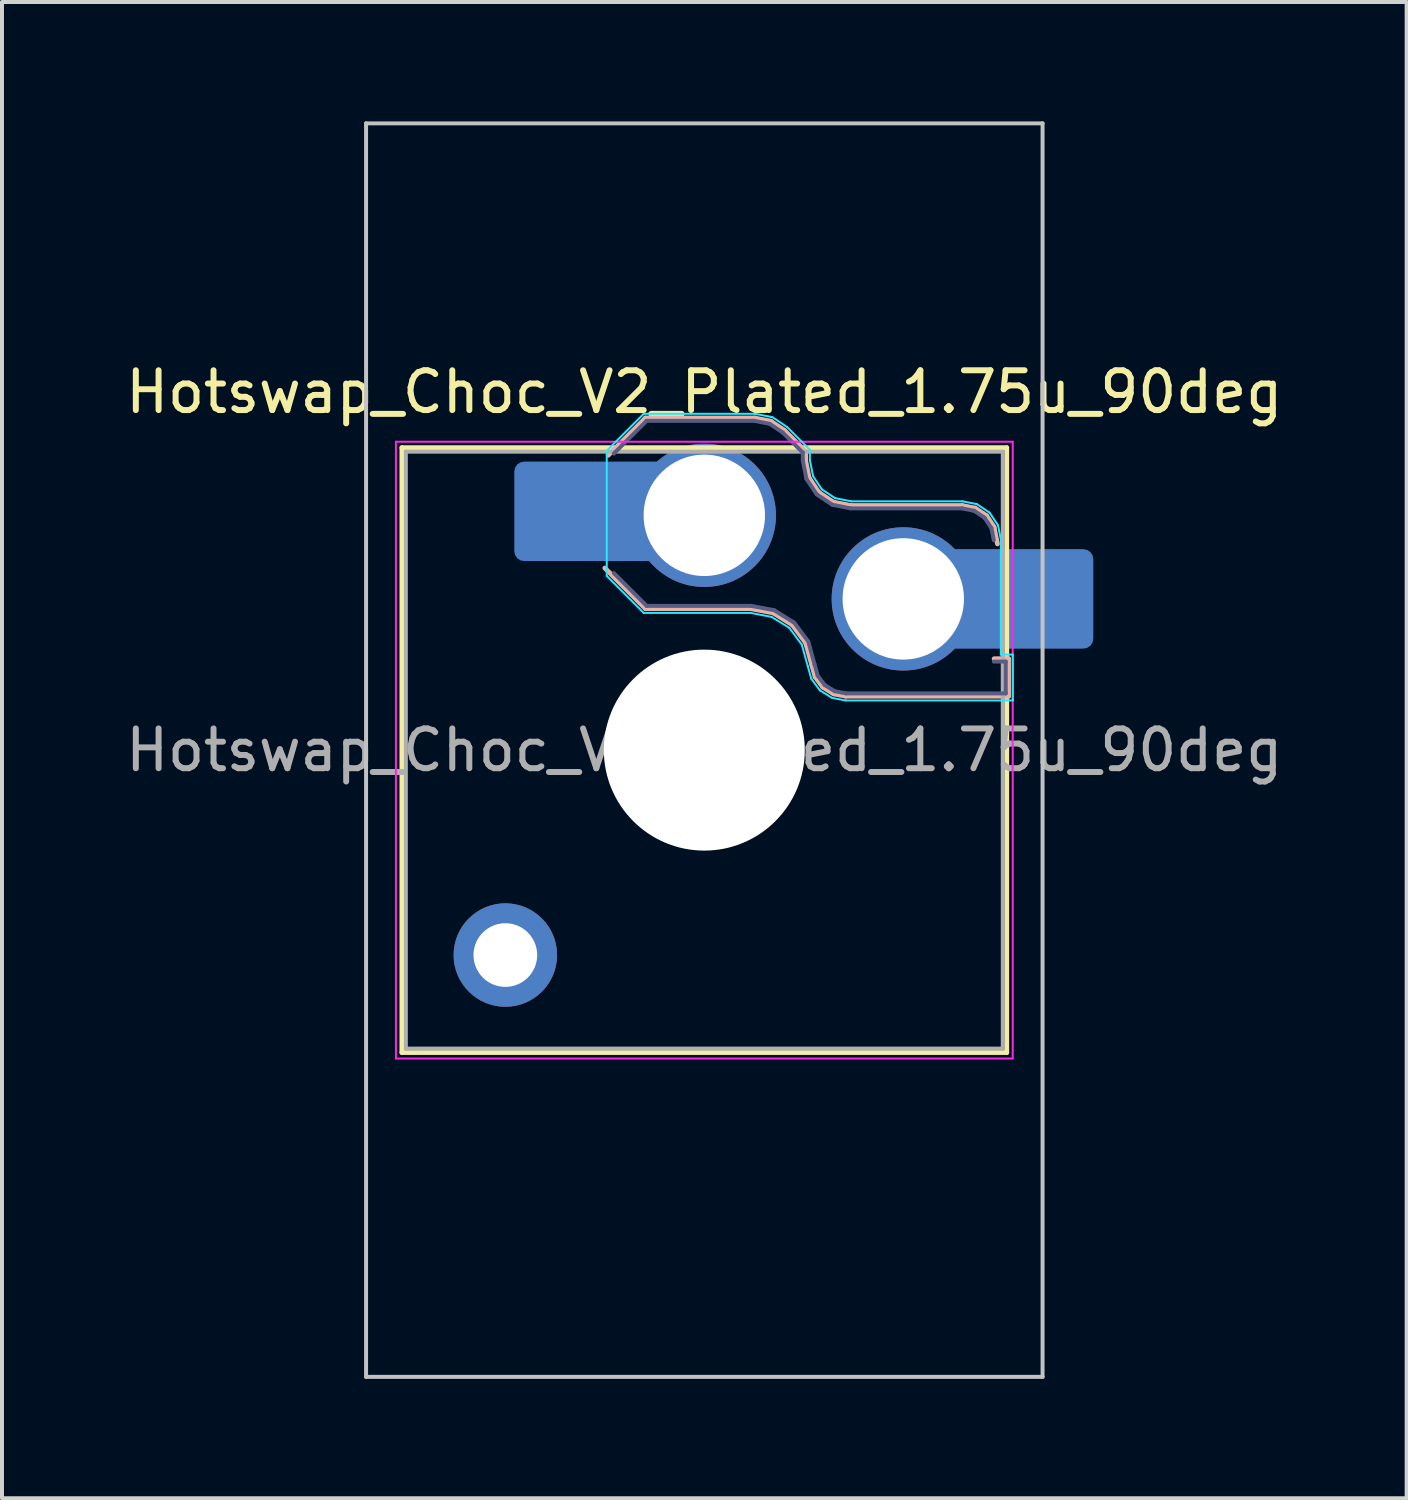
<source format=kicad_pcb>
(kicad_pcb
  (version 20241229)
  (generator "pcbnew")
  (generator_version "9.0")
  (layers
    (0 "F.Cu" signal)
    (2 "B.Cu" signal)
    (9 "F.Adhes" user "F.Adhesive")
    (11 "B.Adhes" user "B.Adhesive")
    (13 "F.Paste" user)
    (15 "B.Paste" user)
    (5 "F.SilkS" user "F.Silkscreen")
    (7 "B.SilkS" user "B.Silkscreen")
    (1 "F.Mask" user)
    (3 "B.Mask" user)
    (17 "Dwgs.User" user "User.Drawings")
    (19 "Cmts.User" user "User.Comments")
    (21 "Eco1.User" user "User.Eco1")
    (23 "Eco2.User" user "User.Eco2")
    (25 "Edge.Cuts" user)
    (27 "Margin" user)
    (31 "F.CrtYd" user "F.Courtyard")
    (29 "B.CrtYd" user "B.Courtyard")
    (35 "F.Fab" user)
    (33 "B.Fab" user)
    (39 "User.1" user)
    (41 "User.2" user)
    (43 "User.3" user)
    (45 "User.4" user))
  (footprint "Hotswap_Choc_V2_Plated_1.75u_90deg"
    (layer "F.Cu")
    (at 14.649 15.8)
    (property "Reference" "Hotswap_Choc_V2_Plated_1.75u_90deg" (at 0 -9 0) (layer "F.SilkS") (effects (font (size 1 1) (thickness 0.15))))
    (attr smd allow_soldermask_bridges)
    (fp_line (start -7.6 -7.6) (end -7.6 7.6) (stroke (width 0.12) (type solid)) (layer "F.SilkS"))
    (fp_line (start -7.6 7.6) (end 7.6 7.6) (stroke (width 0.12) (type solid)) (layer "F.SilkS"))
    (fp_line (start 7.6 -7.6) (end -7.6 -7.6) (stroke (width 0.12) (type solid)) (layer "F.SilkS"))
    (fp_line (start 7.6 7.6) (end 7.6 -7.6) (stroke (width 0.12) (type solid)) (layer "F.SilkS"))
    (fp_line (start -2.416 -7.409) (end -1.479 -8.346) (stroke (width 0.12) (type solid)) (layer "B.SilkS"))
    (fp_line (start -1.479 -8.346) (end 1.268 -8.346) (stroke (width 0.12) (type solid)) (layer "B.SilkS"))
    (fp_line (start -1.479 -3.554) (end -2.5 -4.575) (stroke (width 0.12) (type solid)) (layer "B.SilkS"))
    (fp_line (start 1.168 -3.554) (end -1.479 -3.554) (stroke (width 0.12) (type solid)) (layer "B.SilkS"))
    (fp_line (start 1.268 -8.346) (end 1.671 -8.266) (stroke (width 0.12) (type solid)) (layer "B.SilkS"))
    (fp_line (start 1.671 -8.266) (end 2.013 -8.037) (stroke (width 0.12) (type solid)) (layer "B.SilkS"))
    (fp_line (start 1.73 -3.449) (end 1.168 -3.554) (stroke (width 0.12) (type solid)) (layer "B.SilkS"))
    (fp_line (start 2.013 -8.037) (end 2.546 -7.504) (stroke (width 0.12) (type solid)) (layer "B.SilkS"))
    (fp_line (start 2.209 -3.15) (end 1.73 -3.449) (stroke (width 0.12) (type solid)) (layer "B.SilkS"))
    (fp_line (start 2.546 -7.504) (end 2.546 -7.282) (stroke (width 0.12) (type solid)) (layer "B.SilkS"))
    (fp_line (start 2.546 -7.282) (end 2.633 -6.844) (stroke (width 0.12) (type solid)) (layer "B.SilkS"))
    (fp_line (start 2.547 -2.697) (end 2.209 -3.15) (stroke (width 0.12) (type solid)) (layer "B.SilkS"))
    (fp_line (start 2.633 -6.844) (end 2.877 -6.477) (stroke (width 0.12) (type solid)) (layer "B.SilkS"))
    (fp_line (start 2.701 -2.139) (end 2.547 -2.697) (stroke (width 0.12) (type solid)) (layer "B.SilkS"))
    (fp_line (start 2.783 -1.841) (end 2.701 -2.139) (stroke (width 0.12) (type solid)) (layer "B.SilkS"))
    (fp_line (start 2.877 -6.477) (end 3.244 -6.233) (stroke (width 0.12) (type solid)) (layer "B.SilkS"))
    (fp_line (start 2.976 -1.583) (end 2.783 -1.841) (stroke (width 0.12) (type solid)) (layer "B.SilkS"))
    (fp_line (start 3.244 -6.233) (end 3.682 -6.146) (stroke (width 0.12) (type solid)) (layer "B.SilkS"))
    (fp_line (start 3.25 -1.413) (end 2.976 -1.583) (stroke (width 0.12) (type solid)) (layer "B.SilkS"))
    (fp_line (start 3.56 -1.354) (end 3.25 -1.413) (stroke (width 0.12) (type solid)) (layer "B.SilkS"))
    (fp_line (start 3.682 -6.146) (end 6.482 -6.146) (stroke (width 0.12) (type solid)) (layer "B.SilkS"))
    (fp_line (start 6.482 -6.146) (end 6.809 -6.081) (stroke (width 0.12) (type solid)) (layer "B.SilkS"))
    (fp_line (start 6.809 -6.081) (end 7.092 -5.892) (stroke (width 0.12) (type solid)) (layer "B.SilkS"))
    (fp_line (start 7.092 -5.892) (end 7.281 -5.609) (stroke (width 0.12) (type solid)) (layer "B.SilkS"))
    (fp_line (start 7.281 -5.609) (end 7.366 -5.182) (stroke (width 0.12) (type solid)) (layer "B.SilkS"))
    (fp_line (start 7.283 -2.296) (end 7.646 -2.296) (stroke (width 0.12) (type solid)) (layer "B.SilkS"))
    (fp_line (start 7.646 -2.296) (end 7.646 -1.354) (stroke (width 0.12) (type solid)) (layer "B.SilkS"))
    (fp_line (start 7.646 -1.354) (end 3.56 -1.354) (stroke (width 0.12) (type solid)) (layer "B.SilkS"))
    (fp_line (start -8.5 -15.75) (end 8.5 -15.75) (stroke (width 0.1) (type solid)) (layer "Dwgs.User"))
    (fp_line (start -8.5 15.75) (end -8.5 -15.75) (stroke (width 0.1) (type solid)) (layer "Dwgs.User"))
    (fp_line (start 8.5 -15.75) (end 8.5 15.75) (stroke (width 0.1) (type solid)) (layer "Dwgs.User"))
    (fp_line (start 8.5 15.75) (end -8.5 15.75) (stroke (width 0.1) (type solid)) (layer "Dwgs.User"))
    (fp_line (start -7.25 -7.25) (end -7.25 7.25) (stroke (width 0.1) (type solid)) (layer "Eco1.User"))
    (fp_line (start -7.25 7.25) (end 7.25 7.25) (stroke (width 0.1) (type solid)) (layer "Eco1.User"))
    (fp_line (start 7.25 -7.25) (end -7.25 -7.25) (stroke (width 0.1) (type solid)) (layer "Eco1.User"))
    (fp_line (start 7.25 7.25) (end 7.25 -7.25) (stroke (width 0.1) (type solid)) (layer "Eco1.User"))
    (fp_line (start -2.452 -7.523) (end -1.523 -8.452) (stroke (width 0.05) (type solid)) (layer "B.CrtYd"))
    (fp_line (start -2.452 -4.377) (end -2.452 -7.523) (stroke (width 0.05) (type solid)) (layer "B.CrtYd"))
    (fp_line (start -1.523 -8.452) (end 1.278 -8.452) (stroke (width 0.05) (type solid)) (layer "B.CrtYd"))
    (fp_line (start -1.523 -3.448) (end -2.452 -4.377) (stroke (width 0.05) (type solid)) (layer "B.CrtYd"))
    (fp_line (start 1.159 -3.448) (end -1.523 -3.448) (stroke (width 0.05) (type solid)) (layer "B.CrtYd"))
    (fp_line (start 1.278 -8.452) (end 1.712 -8.366) (stroke (width 0.05) (type solid)) (layer "B.CrtYd"))
    (fp_line (start 1.691 -3.348) (end 1.159 -3.448) (stroke (width 0.05) (type solid)) (layer "B.CrtYd"))
    (fp_line (start 1.712 -8.366) (end 2.081 -8.119) (stroke (width 0.05) (type solid)) (layer "B.CrtYd"))
    (fp_line (start 2.081 -8.119) (end 2.652 -7.548) (stroke (width 0.05) (type solid)) (layer "B.CrtYd"))
    (fp_line (start 2.136 -3.071) (end 1.691 -3.348) (stroke (width 0.05) (type solid)) (layer "B.CrtYd"))
    (fp_line (start 2.45 -2.65) (end 2.136 -3.071) (stroke (width 0.05) (type solid)) (layer "B.CrtYd"))
    (fp_line (start 2.599 -2.111) (end 2.45 -2.65) (stroke (width 0.05) (type solid)) (layer "B.CrtYd"))
    (fp_line (start 2.652 -7.548) (end 2.652 -7.292) (stroke (width 0.05) (type solid)) (layer "B.CrtYd"))
    (fp_line (start 2.652 -7.292) (end 2.733 -6.885) (stroke (width 0.05) (type solid)) (layer "B.CrtYd"))
    (fp_line (start 2.687 -1.794) (end 2.599 -2.111) (stroke (width 0.05) (type solid)) (layer "B.CrtYd"))
    (fp_line (start 2.733 -6.885) (end 2.953 -6.553) (stroke (width 0.05) (type solid)) (layer "B.CrtYd"))
    (fp_line (start 2.903 -1.503) (end 2.687 -1.794) (stroke (width 0.05) (type solid)) (layer "B.CrtYd"))
    (fp_line (start 2.953 -6.553) (end 3.285 -6.333) (stroke (width 0.05) (type solid)) (layer "B.CrtYd"))
    (fp_line (start 3.211 -1.312) (end 2.903 -1.503) (stroke (width 0.05) (type solid)) (layer "B.CrtYd"))
    (fp_line (start 3.285 -6.333) (end 3.692 -6.252) (stroke (width 0.05) (type solid)) (layer "B.CrtYd"))
    (fp_line (start 3.55 -1.248) (end 3.211 -1.312) (stroke (width 0.05) (type solid)) (layer "B.CrtYd"))
    (fp_line (start 3.692 -6.252) (end 6.492 -6.252) (stroke (width 0.05) (type solid)) (layer "B.CrtYd"))
    (fp_line (start 6.492 -6.252) (end 6.85 -6.181) (stroke (width 0.05) (type solid)) (layer "B.CrtYd"))
    (fp_line (start 6.85 -6.181) (end 7.168 -5.968) (stroke (width 0.05) (type solid)) (layer "B.CrtYd"))
    (fp_line (start 7.168 -5.968) (end 7.381 -5.65) (stroke (width 0.05) (type solid)) (layer "B.CrtYd"))
    (fp_line (start 7.381 -5.65) (end 7.452 -5.292) (stroke (width 0.05) (type solid)) (layer "B.CrtYd"))
    (fp_line (start 7.452 -5.292) (end 7.452 -2.402) (stroke (width 0.05) (type solid)) (layer "B.CrtYd"))
    (fp_line (start 7.452 -2.402) (end 7.752 -2.402) (stroke (width 0.05) (type solid)) (layer "B.CrtYd"))
    (fp_line (start 7.752 -2.402) (end 7.752 -1.248) (stroke (width 0.05) (type solid)) (layer "B.CrtYd"))
    (fp_line (start 7.752 -1.248) (end 3.55 -1.248) (stroke (width 0.05) (type solid)) (layer "B.CrtYd"))
    (fp_line (start -7.75 -7.75) (end -7.75 7.75) (stroke (width 0.05) (type solid)) (layer "F.CrtYd"))
    (fp_line (start -7.75 7.75) (end 7.75 7.75) (stroke (width 0.05) (type solid)) (layer "F.CrtYd"))
    (fp_line (start 7.75 -7.75) (end -7.75 -7.75) (stroke (width 0.05) (type solid)) (layer "F.CrtYd"))
    (fp_line (start 7.75 7.75) (end 7.75 -7.75) (stroke (width 0.05) (type solid)) (layer "F.CrtYd"))
    (fp_line (start -2.275 -7.45) (end -1.45 -8.275) (stroke (width 0.1) (type solid)) (layer "B.Fab"))
    (fp_line (start -1.45 -8.275) (end 1.261 -8.275) (stroke (width 0.1) (type solid)) (layer "B.Fab"))
    (fp_line (start -1.45 -3.625) (end -2.275 -4.45) (stroke (width 0.1) (type solid)) (layer "B.Fab"))
    (fp_line (start 1.175 -3.625) (end -1.45 -3.625) (stroke (width 0.1) (type solid)) (layer "B.Fab"))
    (fp_line (start 1.261 -8.275) (end 1.643 -8.199) (stroke (width 0.1) (type solid)) (layer "B.Fab"))
    (fp_line (start 1.643 -8.199) (end 1.968 -7.982) (stroke (width 0.1) (type solid)) (layer "B.Fab"))
    (fp_line (start 1.756 -3.516) (end 1.175 -3.625) (stroke (width 0.1) (type solid)) (layer "B.Fab"))
    (fp_line (start 1.968 -7.982) (end 2.475 -7.475) (stroke (width 0.1) (type solid)) (layer "B.Fab"))
    (fp_line (start 2.258 -3.203) (end 1.756 -3.516) (stroke (width 0.1) (type solid)) (layer "B.Fab"))
    (fp_line (start 2.475 -7.475) (end 2.475 -7.275) (stroke (width 0.1) (type solid)) (layer "B.Fab"))
    (fp_line (start 2.475 -7.275) (end 2.566 -6.816) (stroke (width 0.1) (type solid)) (layer "B.Fab"))
    (fp_line (start 2.566 -6.816) (end 2.826 -6.426) (stroke (width 0.1) (type solid)) (layer "B.Fab"))
    (fp_line (start 2.612 -2.729) (end 2.258 -3.203) (stroke (width 0.1) (type solid)) (layer "B.Fab"))
    (fp_line (start 2.769 -2.158) (end 2.612 -2.729) (stroke (width 0.1) (type solid)) (layer "B.Fab"))
    (fp_line (start 2.826 -6.426) (end 3.216 -6.166) (stroke (width 0.1) (type solid)) (layer "B.Fab"))
    (fp_line (start 2.848 -1.873) (end 2.769 -2.158) (stroke (width 0.1) (type solid)) (layer "B.Fab"))
    (fp_line (start 3.025 -1.636) (end 2.848 -1.873) (stroke (width 0.1) (type solid)) (layer "B.Fab"))
    (fp_line (start 3.216 -6.166) (end 3.675 -6.075) (stroke (width 0.1) (type solid)) (layer "B.Fab"))
    (fp_line (start 3.276 -1.48) (end 3.025 -1.636) (stroke (width 0.1) (type solid)) (layer "B.Fab"))
    (fp_line (start 3.567 -1.425) (end 3.276 -1.48) (stroke (width 0.1) (type solid)) (layer "B.Fab"))
    (fp_line (start 3.675 -6.075) (end 6.475 -6.075) (stroke (width 0.1) (type solid)) (layer "B.Fab"))
    (fp_line (start 6.475 -6.075) (end 6.781 -6.014) (stroke (width 0.1) (type solid)) (layer "B.Fab"))
    (fp_line (start 6.781 -6.014) (end 7.041 -5.841) (stroke (width 0.1) (type solid)) (layer "B.Fab"))
    (fp_line (start 7.041 -5.841) (end 7.214 -5.581) (stroke (width 0.1) (type solid)) (layer "B.Fab"))
    (fp_line (start 7.214 -5.581) (end 7.275 -5.275) (stroke (width 0.1) (type solid)) (layer "B.Fab"))
    (fp_line (start 7.275 -2.225) (end 7.575 -2.225) (stroke (width 0.1) (type solid)) (layer "B.Fab"))
    (fp_line (start 7.575 -2.225) (end 7.575 -1.425) (stroke (width 0.1) (type solid)) (layer "B.Fab"))
    (fp_line (start 7.575 -1.425) (end 3.567 -1.425) (stroke (width 0.1) (type solid)) (layer "B.Fab"))
    (fp_line (start -7.5 -7.5) (end -7.5 7.5) (stroke (width 0.1) (type solid)) (layer "F.Fab"))
    (fp_line (start -7.5 7.5) (end 7.5 7.5) (stroke (width 0.1) (type solid)) (layer "F.Fab"))
    (fp_line (start 7.5 -7.5) (end -7.5 -7.5) (stroke (width 0.1) (type solid)) (layer "F.Fab"))
    (fp_line (start 7.5 7.5) (end 7.5 -7.5) (stroke (width 0.1) (type solid)) (layer "F.Fab"))
    (fp_text user "${REFERENCE}" (at 0 0 0) (layer "F.Fab") (effects (font (size 1 1) (thickness 0.15))))
    (pad "" thru_hole circle (at -5 5.15) (size 2.6 2.6) (drill 1.6) (layers "*.Cu" "*.Mask"))
    (pad "" smd roundrect (at -3.5 -6) (size 2.55 2.5) (layers "B.Mask" "B.Paste") (roundrect_rratio 0.1))
    (pad "" np_thru_hole circle (at 0 0) (size 5.05 5.05) (drill 5.05) (layers "*.Cu" "*.Mask"))
    (pad "" smd roundrect (at 8.5 -3.8) (size 2.55 2.5) (layers "B.Mask" "B.Paste") (roundrect_rratio 0.1))
    (pad "1" smd roundrect (at -2.85 -6) (size 3.85 2.5) (layers "B.Cu") (roundrect_rratio 0.1))
    (pad "1" thru_hole circle (at 0 -5.9) (size 3.6 3.6) (drill 3.05) (layers "*.Cu" "*.Mask"))
    (pad "2" thru_hole circle (at 5 -3.8) (size 3.6 3.6) (drill 3.05) (layers "*.Cu" "*.Mask"))
    (pad "2" smd roundrect (at 7.85 -3.8) (size 3.85 2.5) (layers "B.Cu") (roundrect_rratio 0.1)))
  (gr_rect
    (start -3 -3)
    (end 32.298 34.6)
    (stroke (width 0.1) (type default))
    (fill no)
    (layer "Edge.Cuts")))
</source>
